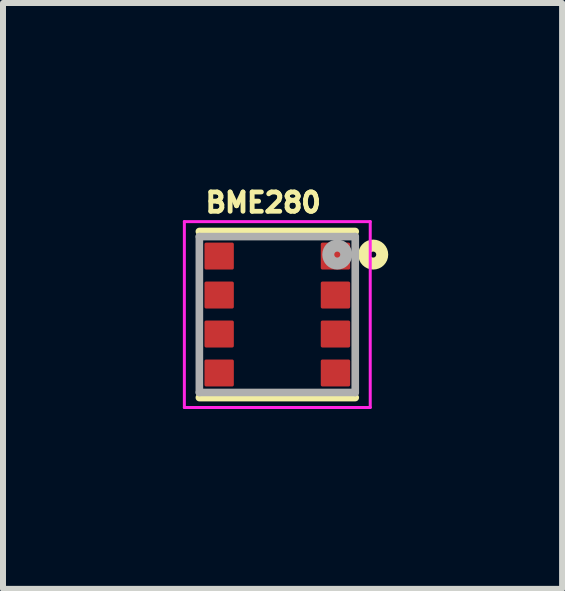
<source format=kicad_pcb>
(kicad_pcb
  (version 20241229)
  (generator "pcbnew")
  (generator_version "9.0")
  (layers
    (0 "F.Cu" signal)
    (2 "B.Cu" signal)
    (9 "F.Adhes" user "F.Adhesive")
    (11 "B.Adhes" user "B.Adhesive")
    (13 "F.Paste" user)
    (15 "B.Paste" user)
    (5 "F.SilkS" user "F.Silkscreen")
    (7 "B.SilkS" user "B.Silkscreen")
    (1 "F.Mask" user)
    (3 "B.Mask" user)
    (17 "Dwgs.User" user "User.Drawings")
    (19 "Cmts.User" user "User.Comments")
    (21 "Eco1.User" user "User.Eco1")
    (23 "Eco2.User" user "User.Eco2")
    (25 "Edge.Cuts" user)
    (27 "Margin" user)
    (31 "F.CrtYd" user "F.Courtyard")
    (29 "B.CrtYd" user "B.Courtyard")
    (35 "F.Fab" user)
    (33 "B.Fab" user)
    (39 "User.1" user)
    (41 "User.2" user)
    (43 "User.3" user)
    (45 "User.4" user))
  (footprint "BME280"
    (layer "F.Cu")
    (at 1.575 2.196)
    (property "Reference" "BME280" (at -0.235 -1.867 0) (layer "F.SilkS") (effects (font (size 0.322 0.322) (thickness 0.15))))
    (attr smd)
    (fp_line (start -1.3 -1.385) (end 1.3 -1.385) (stroke (width 0.127) (type solid)) (layer "F.SilkS"))
    (fp_line (start -1.3 1.385) (end 1.3 1.385) (stroke (width 0.127) (type solid)) (layer "F.SilkS"))
    (fp_circle (center 1.6 -1) (end 1.65 -1) (stroke (width 0.2) (type solid)) (fill no) (layer "F.SilkS"))
    (fp_line (start -1.55 -1.55) (end 1.55 -1.55) (stroke (width 0.05) (type solid)) (layer "F.CrtYd"))
    (fp_line (start -1.55 1.55) (end -1.55 -1.55) (stroke (width 0.05) (type solid)) (layer "F.CrtYd"))
    (fp_line (start 1.55 -1.55) (end 1.55 1.55) (stroke (width 0.05) (type solid)) (layer "F.CrtYd"))
    (fp_line (start 1.55 1.55) (end -1.55 1.55) (stroke (width 0.05) (type solid)) (layer "F.CrtYd"))
    (fp_line (start -1.3 -1.3) (end -1.3 1.3) (stroke (width 0.127) (type solid)) (layer "F.Fab"))
    (fp_line (start -1.3 1.3) (end 1.3 1.3) (stroke (width 0.127) (type solid)) (layer "F.Fab"))
    (fp_line (start 1.3 -1.3) (end -1.3 -1.3) (stroke (width 0.127) (type solid)) (layer "F.Fab"))
    (fp_line (start 1.3 1.3) (end 1.3 -1.3) (stroke (width 0.127) (type solid)) (layer "F.Fab"))
    (fp_circle (center 1 -1) (end 1.05 -1) (stroke (width 0.2) (type solid)) (fill no) (layer "F.Fab"))
    (pad "1" smd roundrect (at 0.97 -0.975) (size 0.49 0.45) (layers "F.Cu" "F.Mask" "F.Paste") (roundrect_rratio 0.06))
    (pad "2" smd roundrect (at 0.97 -0.325) (size 0.49 0.45) (layers "F.Cu" "F.Mask" "F.Paste") (roundrect_rratio 0.06))
    (pad "3" smd roundrect (at 0.97 0.325) (size 0.49 0.45) (layers "F.Cu" "F.Mask" "F.Paste") (roundrect_rratio 0.06))
    (pad "4" smd roundrect (at 0.97 0.975) (size 0.49 0.45) (layers "F.Cu" "F.Mask" "F.Paste") (roundrect_rratio 0.06))
    (pad "5" smd roundrect (at -0.97 0.975) (size 0.49 0.45) (layers "F.Cu" "F.Mask" "F.Paste") (roundrect_rratio 0.06))
    (pad "6" smd roundrect (at -0.97 0.325) (size 0.49 0.45) (layers "F.Cu" "F.Mask" "F.Paste") (roundrect_rratio 0.06))
    (pad "7" smd roundrect (at -0.97 -0.325) (size 0.49 0.45) (layers "F.Cu" "F.Mask" "F.Paste") (roundrect_rratio 0.06))
    (pad "8" smd roundrect (at -0.97 -0.975) (size 0.49 0.45) (layers "F.Cu" "F.Mask" "F.Paste") (roundrect_rratio 0.06)))
  (gr_rect
    (start -3 -3)
    (end 6.325 6.771)
    (stroke (width 0.1) (type default))
    (fill no)
    (layer "Edge.Cuts")))
</source>
